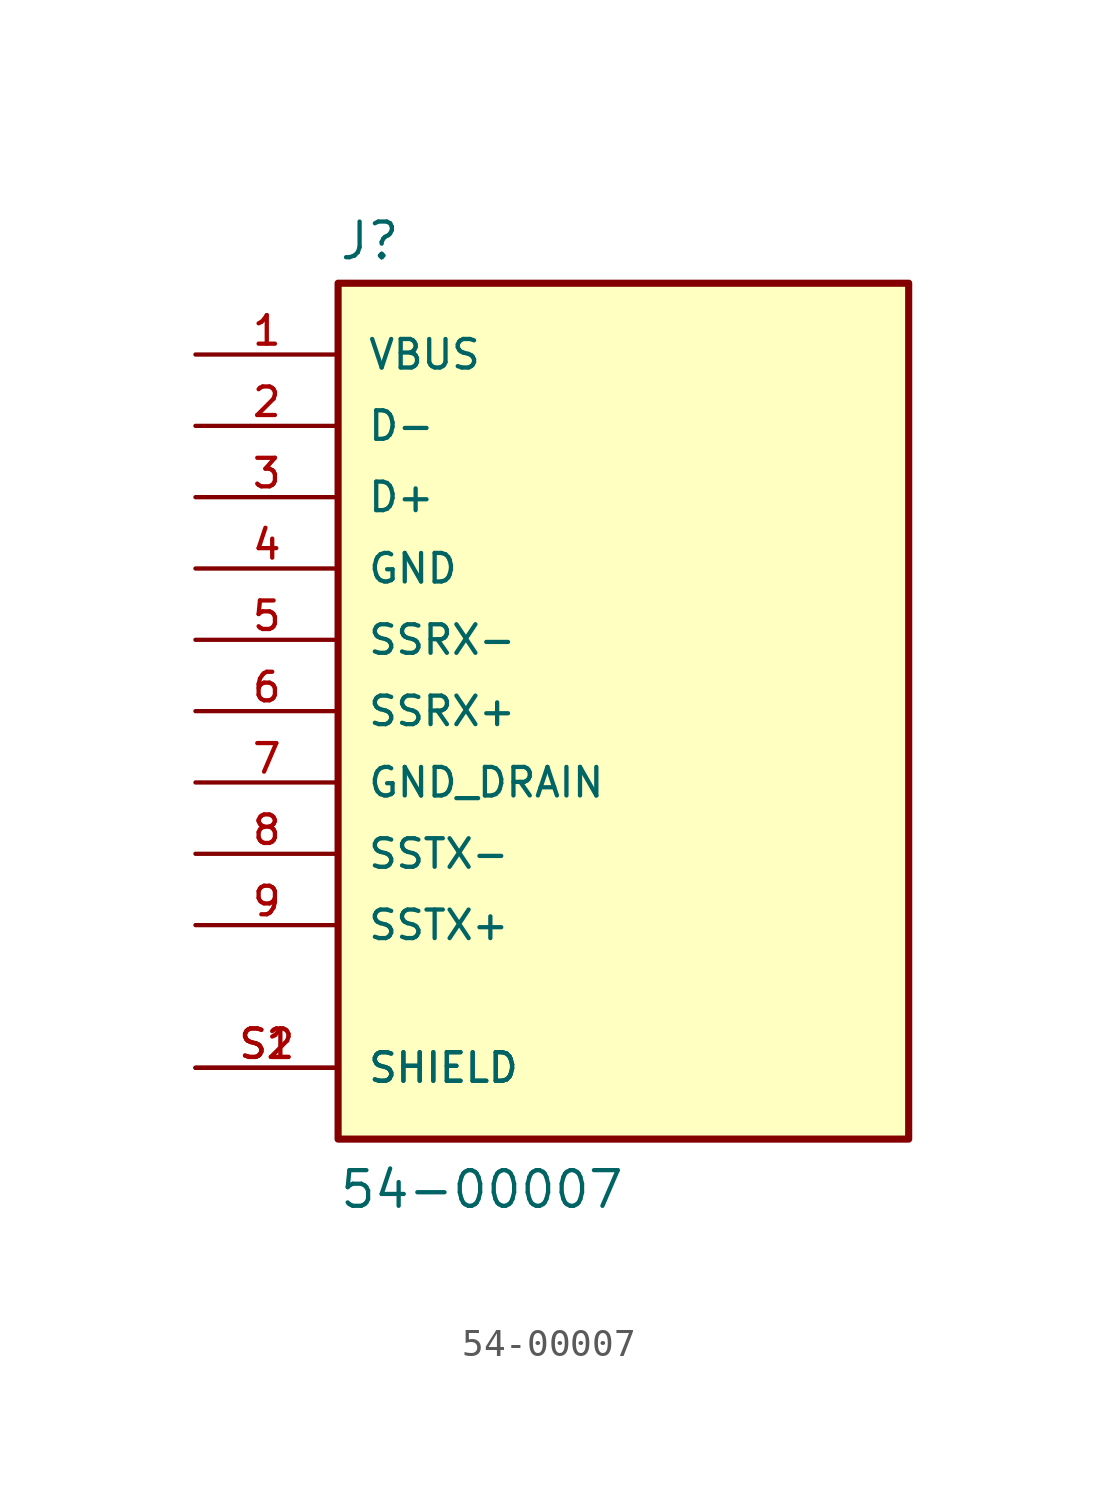
<source format=kicad_sym>
(kicad_symbol_lib
  (version 20211014)
  (generator kicad_symbol_editor)
  (symbol "54-00007"
    (pin_names
      (offset 1.016))
    (property "Reference" "J"
      (at -10.16 16.002 0)
      (effects (font (size 1.27 1.27)) (justify bottom left)))
    (property "Value" "54-00007"
      (at -10.16 -17.78 0)
      (effects (font (size 1.27 1.27)) (justify bottom left)))
    (symbol "54-00007_0_0"
      (rectangle (start -10.16 -15.24) (end 10.16 15.24) (stroke (width 0.254)) (fill (type background)))
      (pin passive line (at -15.24 -12.7 0) (length 5.08) (name "SHIELD" (effects (font (size 1.016 1.016)))) (number "S1" (effects (font (size 1.016 1.016)))))
      (pin passive line (at -15.24 -12.7 0) (length 5.08) (name "SHIELD" (effects (font (size 1.016 1.016)))) (number "S2" (effects (font (size 1.016 1.016)))))
      (pin power_in line (at -15.24 5.08 0) (length 5.08) (name "GND" (effects (font (size 1.016 1.016)))) (number "4" (effects (font (size 1.016 1.016)))))
      (pin bidirectional line (at -15.24 -5.08 0) (length 5.08) (name "SSTX-" (effects (font (size 1.016 1.016)))) (number "8" (effects (font (size 1.016 1.016)))))
      (pin bidirectional line (at -15.24 -7.62 0) (length 5.08) (name "SSTX+" (effects (font (size 1.016 1.016)))) (number "9" (effects (font (size 1.016 1.016)))))
      (pin power_in line (at -15.24 12.7 0) (length 5.08) (name "VBUS" (effects (font (size 1.016 1.016)))) (number "1" (effects (font (size 1.016 1.016)))))
      (pin bidirectional line (at -15.24 7.62 0) (length 5.08) (name "D+" (effects (font (size 1.016 1.016)))) (number "3" (effects (font (size 1.016 1.016)))))
      (pin bidirectional line (at -15.24 10.16 0) (length 5.08) (name "D-" (effects (font (size 1.016 1.016)))) (number "2" (effects (font (size 1.016 1.016)))))
      (pin bidirectional line (at -15.24 2.54 0) (length 5.08) (name "SSRX-" (effects (font (size 1.016 1.016)))) (number "5" (effects (font (size 1.016 1.016)))))
      (pin bidirectional line (at -15.24 0.0 0) (length 5.08) (name "SSRX+" (effects (font (size 1.016 1.016)))) (number "6" (effects (font (size 1.016 1.016)))))
      (pin power_in line (at -15.24 -2.54 0) (length 5.08) (name "GND_DRAIN" (effects (font (size 1.016 1.016)))) (number "7" (effects (font (size 1.016 1.016))))))))
</source>
